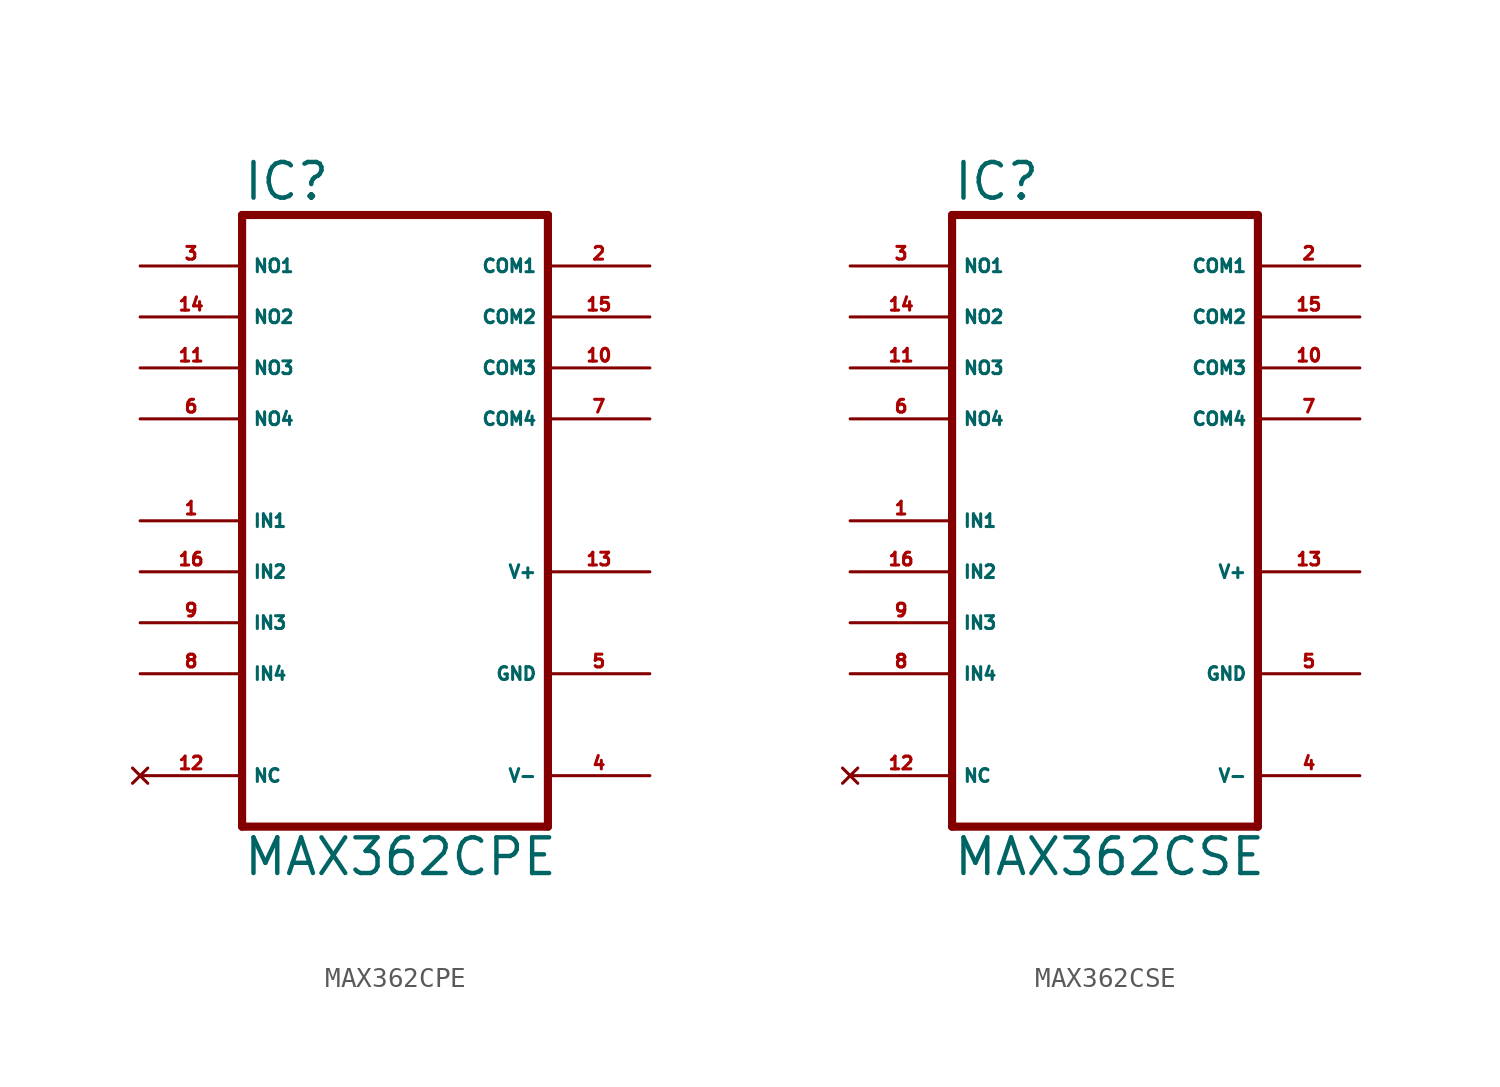
<source format=kicad_sym>
(kicad_symbol_lib
  (version 20220914)
  (generator Eagle2Kicad)
  (symbol "MAX362CPE"
    (property "Reference" "IC"
      (at -7.62 15.875 0)
      (effects (font (size 1.778 1.778) (thickness 0.22)) (justify left bottom)))
    (property "Value" "MAX362CPE"
      (at -7.62 -17.78 0)
      (effects (font (size 1.778 1.778) (thickness 0.22)) (justify left bottom)))
    (polyline
      (pts (xy 7.62 -15.24) (xy -7.62 -15.24))
      (stroke (width 0.406) (type default))
      (fill (type none)))
    (polyline
      (pts (xy -7.62 -15.24) (xy -7.62 15.24))
      (stroke (width 0.406) (type default))
      (fill (type none)))
    (polyline
      (pts (xy -7.62 15.24) (xy 7.62 15.24))
      (stroke (width 0.406) (type default))
      (fill (type none)))
    (polyline
      (pts (xy 7.62 15.24) (xy 7.62 -15.24))
      (stroke (width 0.406) (type default))
      (fill (type none)))
    (pin input line
      (at -12.7 0 0)
      (length 5.08)
      (name "IN1" (effects (font (size 0.635 0.635) (thickness 0.08)) (justify left bottom)))
      (number "1" (effects (font (size 0.635 0.635) (thickness 0.08)) (justify left bottom))))
    (pin input line
      (at -12.7 -2.54 0)
      (length 5.08)
      (name "IN2" (effects (font (size 0.635 0.635) (thickness 0.08)) (justify left bottom)))
      (number "16" (effects (font (size 0.635 0.635) (thickness 0.08)) (justify left bottom))))
    (pin input line
      (at -12.7 -5.08 0)
      (length 5.08)
      (name "IN3" (effects (font (size 0.635 0.635) (thickness 0.08)) (justify left bottom)))
      (number "9" (effects (font (size 0.635 0.635) (thickness 0.08)) (justify left bottom))))
    (pin input line
      (at -12.7 -7.62 0)
      (length 5.08)
      (name "IN4" (effects (font (size 0.635 0.635) (thickness 0.08)) (justify left bottom)))
      (number "8" (effects (font (size 0.635 0.635) (thickness 0.08)) (justify left bottom))))
    (pin passive line
      (at -12.7 12.7 0)
      (length 5.08)
      (name "NO1" (effects (font (size 0.635 0.635) (thickness 0.08)) (justify left bottom)))
      (number "3" (effects (font (size 0.635 0.635) (thickness 0.08)) (justify left bottom))))
    (pin passive line
      (at -12.7 10.16 0)
      (length 5.08)
      (name "NO2" (effects (font (size 0.635 0.635) (thickness 0.08)) (justify left bottom)))
      (number "14" (effects (font (size 0.635 0.635) (thickness 0.08)) (justify left bottom))))
    (pin passive line
      (at -12.7 7.62 0)
      (length 5.08)
      (name "NO3" (effects (font (size 0.635 0.635) (thickness 0.08)) (justify left bottom)))
      (number "11" (effects (font (size 0.635 0.635) (thickness 0.08)) (justify left bottom))))
    (pin passive line
      (at -12.7 5.08 0)
      (length 5.08)
      (name "NO4" (effects (font (size 0.635 0.635) (thickness 0.08)) (justify left bottom)))
      (number "6" (effects (font (size 0.635 0.635) (thickness 0.08)) (justify left bottom))))
    (pin passive line
      (at 12.7 12.7 180)
      (length 5.08)
      (name "COM1" (effects (font (size 0.635 0.635) (thickness 0.08)) (justify left bottom)))
      (number "2" (effects (font (size 0.635 0.635) (thickness 0.08)) (justify left bottom))))
    (pin passive line
      (at 12.7 10.16 180)
      (length 5.08)
      (name "COM2" (effects (font (size 0.635 0.635) (thickness 0.08)) (justify left bottom)))
      (number "15" (effects (font (size 0.635 0.635) (thickness 0.08)) (justify left bottom))))
    (pin passive line
      (at 12.7 7.62 180)
      (length 5.08)
      (name "COM3" (effects (font (size 0.635 0.635) (thickness 0.08)) (justify left bottom)))
      (number "10" (effects (font (size 0.635 0.635) (thickness 0.08)) (justify left bottom))))
    (pin passive line
      (at 12.7 5.08 180)
      (length 5.08)
      (name "COM4" (effects (font (size 0.635 0.635) (thickness 0.08)) (justify left bottom)))
      (number "7" (effects (font (size 0.635 0.635) (thickness 0.08)) (justify left bottom))))
    (pin unspecified line
      (at 12.7 -2.54 180)
      (length 5.08)
      (name "V+" (effects (font (size 0.635 0.635) (thickness 0.08)) (justify left bottom)))
      (number "13" (effects (font (size 0.635 0.635) (thickness 0.08)) (justify left bottom))))
    (pin no_connect line
      (at -12.7 -12.7 0)
      (length 5.08)
      (name "NC" (effects (font (size 0.635 0.635) (thickness 0.08)) (justify left bottom) hide))
      (number "12" (effects (font (size 0.635 0.635) (thickness 0.08)) (justify left bottom) hide)))
    (pin unspecified line
      (at 12.7 -7.62 180)
      (length 5.08)
      (name "GND" (effects (font (size 0.635 0.635) (thickness 0.08)) (justify left bottom)))
      (number "5" (effects (font (size 0.635 0.635) (thickness 0.08)) (justify left bottom))))
    (pin unspecified line
      (at 12.7 -12.7 180)
      (length 5.08)
      (name "V-" (effects (font (size 0.635 0.635) (thickness 0.08)) (justify left bottom)))
      (number "4" (effects (font (size 0.635 0.635) (thickness 0.08)) (justify left bottom)))))
  (symbol "MAX362CSE"
    (property "Reference" "IC"
      (at -7.62 15.875 0)
      (effects (font (size 1.778 1.778) (thickness 0.22)) (justify left bottom)))
    (property "Value" "MAX362CSE"
      (at -7.62 -17.78 0)
      (effects (font (size 1.778 1.778) (thickness 0.22)) (justify left bottom)))
    (polyline
      (pts (xy 7.62 -15.24) (xy -7.62 -15.24))
      (stroke (width 0.406) (type default))
      (fill (type none)))
    (polyline
      (pts (xy -7.62 -15.24) (xy -7.62 15.24))
      (stroke (width 0.406) (type default))
      (fill (type none)))
    (polyline
      (pts (xy -7.62 15.24) (xy 7.62 15.24))
      (stroke (width 0.406) (type default))
      (fill (type none)))
    (polyline
      (pts (xy 7.62 15.24) (xy 7.62 -15.24))
      (stroke (width 0.406) (type default))
      (fill (type none)))
    (pin input line
      (at -12.7 0 0)
      (length 5.08)
      (name "IN1" (effects (font (size 0.635 0.635) (thickness 0.08)) (justify left bottom)))
      (number "1" (effects (font (size 0.635 0.635) (thickness 0.08)) (justify left bottom))))
    (pin input line
      (at -12.7 -2.54 0)
      (length 5.08)
      (name "IN2" (effects (font (size 0.635 0.635) (thickness 0.08)) (justify left bottom)))
      (number "16" (effects (font (size 0.635 0.635) (thickness 0.08)) (justify left bottom))))
    (pin input line
      (at -12.7 -5.08 0)
      (length 5.08)
      (name "IN3" (effects (font (size 0.635 0.635) (thickness 0.08)) (justify left bottom)))
      (number "9" (effects (font (size 0.635 0.635) (thickness 0.08)) (justify left bottom))))
    (pin input line
      (at -12.7 -7.62 0)
      (length 5.08)
      (name "IN4" (effects (font (size 0.635 0.635) (thickness 0.08)) (justify left bottom)))
      (number "8" (effects (font (size 0.635 0.635) (thickness 0.08)) (justify left bottom))))
    (pin passive line
      (at -12.7 12.7 0)
      (length 5.08)
      (name "NO1" (effects (font (size 0.635 0.635) (thickness 0.08)) (justify left bottom)))
      (number "3" (effects (font (size 0.635 0.635) (thickness 0.08)) (justify left bottom))))
    (pin passive line
      (at -12.7 10.16 0)
      (length 5.08)
      (name "NO2" (effects (font (size 0.635 0.635) (thickness 0.08)) (justify left bottom)))
      (number "14" (effects (font (size 0.635 0.635) (thickness 0.08)) (justify left bottom))))
    (pin passive line
      (at -12.7 7.62 0)
      (length 5.08)
      (name "NO3" (effects (font (size 0.635 0.635) (thickness 0.08)) (justify left bottom)))
      (number "11" (effects (font (size 0.635 0.635) (thickness 0.08)) (justify left bottom))))
    (pin passive line
      (at -12.7 5.08 0)
      (length 5.08)
      (name "NO4" (effects (font (size 0.635 0.635) (thickness 0.08)) (justify left bottom)))
      (number "6" (effects (font (size 0.635 0.635) (thickness 0.08)) (justify left bottom))))
    (pin passive line
      (at 12.7 12.7 180)
      (length 5.08)
      (name "COM1" (effects (font (size 0.635 0.635) (thickness 0.08)) (justify left bottom)))
      (number "2" (effects (font (size 0.635 0.635) (thickness 0.08)) (justify left bottom))))
    (pin passive line
      (at 12.7 10.16 180)
      (length 5.08)
      (name "COM2" (effects (font (size 0.635 0.635) (thickness 0.08)) (justify left bottom)))
      (number "15" (effects (font (size 0.635 0.635) (thickness 0.08)) (justify left bottom))))
    (pin passive line
      (at 12.7 7.62 180)
      (length 5.08)
      (name "COM3" (effects (font (size 0.635 0.635) (thickness 0.08)) (justify left bottom)))
      (number "10" (effects (font (size 0.635 0.635) (thickness 0.08)) (justify left bottom))))
    (pin passive line
      (at 12.7 5.08 180)
      (length 5.08)
      (name "COM4" (effects (font (size 0.635 0.635) (thickness 0.08)) (justify left bottom)))
      (number "7" (effects (font (size 0.635 0.635) (thickness 0.08)) (justify left bottom))))
    (pin unspecified line
      (at 12.7 -2.54 180)
      (length 5.08)
      (name "V+" (effects (font (size 0.635 0.635) (thickness 0.08)) (justify left bottom)))
      (number "13" (effects (font (size 0.635 0.635) (thickness 0.08)) (justify left bottom))))
    (pin no_connect line
      (at -12.7 -12.7 0)
      (length 5.08)
      (name "NC" (effects (font (size 0.635 0.635) (thickness 0.08)) (justify left bottom) hide))
      (number "12" (effects (font (size 0.635 0.635) (thickness 0.08)) (justify left bottom) hide)))
    (pin unspecified line
      (at 12.7 -7.62 180)
      (length 5.08)
      (name "GND" (effects (font (size 0.635 0.635) (thickness 0.08)) (justify left bottom)))
      (number "5" (effects (font (size 0.635 0.635) (thickness 0.08)) (justify left bottom))))
    (pin unspecified line
      (at 12.7 -12.7 180)
      (length 5.08)
      (name "V-" (effects (font (size 0.635 0.635) (thickness 0.08)) (justify left bottom)))
      (number "4" (effects (font (size 0.635 0.635) (thickness 0.08)) (justify left bottom))))))
</source>
